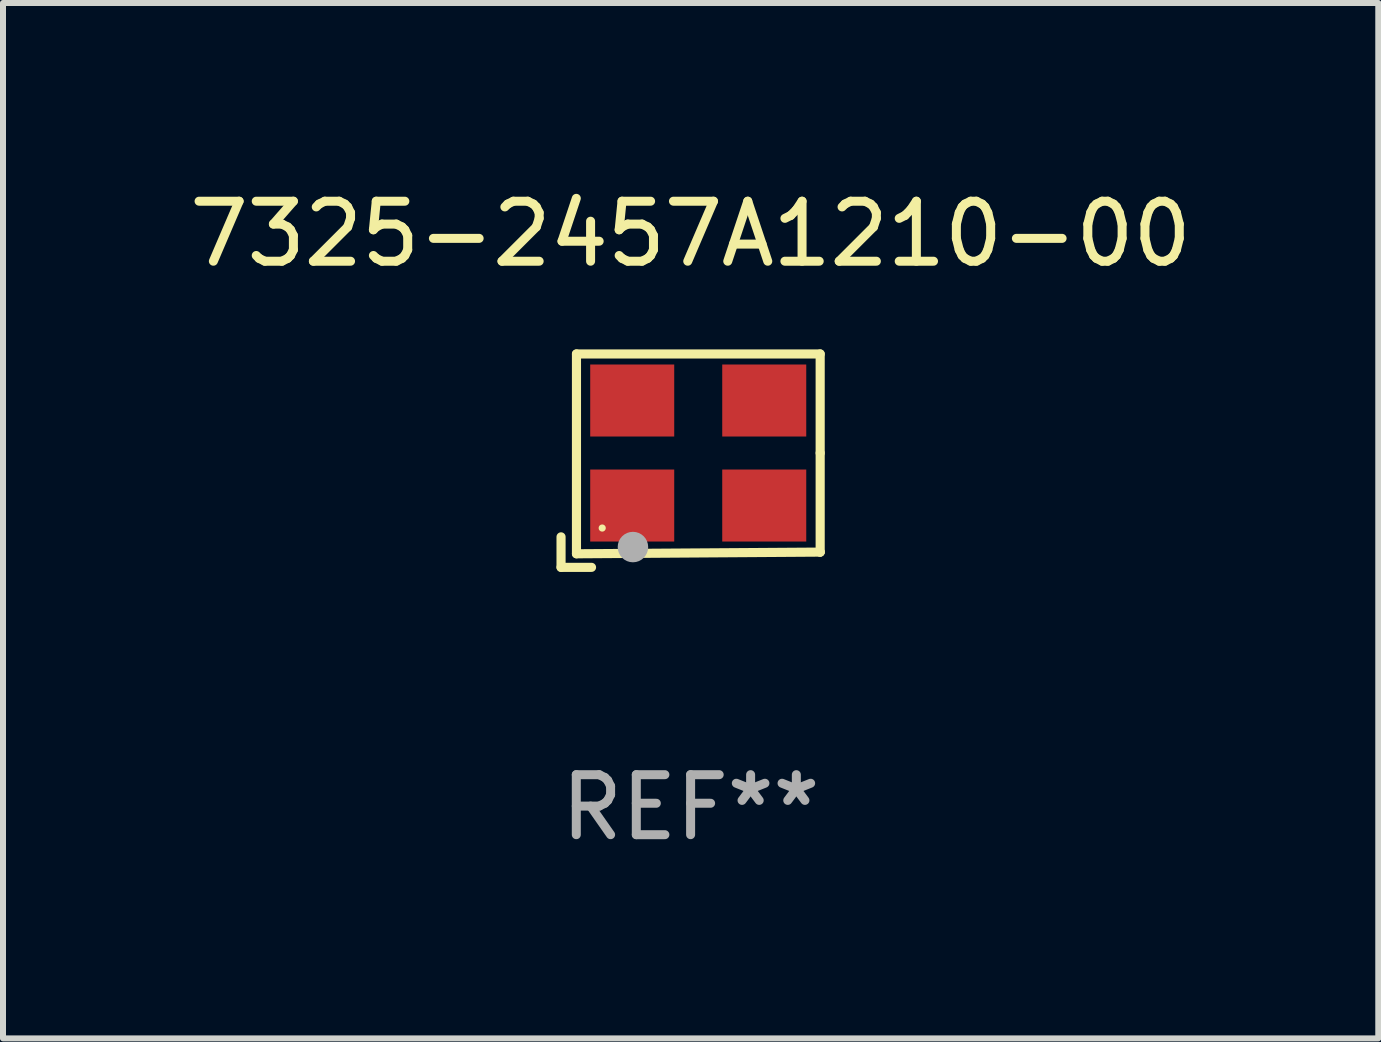
<source format=kicad_pcb>
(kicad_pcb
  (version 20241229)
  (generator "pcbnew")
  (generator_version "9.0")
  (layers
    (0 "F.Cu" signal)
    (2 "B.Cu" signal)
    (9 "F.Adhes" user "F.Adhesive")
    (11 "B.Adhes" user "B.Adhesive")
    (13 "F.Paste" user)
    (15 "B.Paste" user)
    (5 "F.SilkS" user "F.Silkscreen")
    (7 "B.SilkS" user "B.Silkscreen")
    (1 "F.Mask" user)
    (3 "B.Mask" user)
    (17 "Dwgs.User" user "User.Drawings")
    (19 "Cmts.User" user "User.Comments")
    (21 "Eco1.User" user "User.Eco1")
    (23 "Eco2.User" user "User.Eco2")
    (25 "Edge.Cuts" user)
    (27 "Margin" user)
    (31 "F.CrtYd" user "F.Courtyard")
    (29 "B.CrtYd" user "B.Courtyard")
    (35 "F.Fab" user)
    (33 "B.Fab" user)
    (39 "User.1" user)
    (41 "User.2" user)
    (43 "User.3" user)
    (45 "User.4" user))
  (footprint "7325-2457A1210-00"
    (layer "F.Cu")
    (at 8.458 4.626)
    (property "Reference" "7325-2457A1210-00" (at 0 -3.778 0) (layer "F.SilkS") (effects (font (size 1 1) (thickness 0.15))))
    (attr through_hole)
    (fp_line (start -2.159 1.27) (end -2.159 1.778) (stroke (width 0.152) (type solid)) (layer "F.SilkS"))
    (fp_line (start -2.159 1.778) (end -1.651 1.778) (stroke (width 0.152) (type solid)) (layer "F.SilkS"))
    (fp_line (start -1.902 -1.778) (end 2.159 -1.778) (stroke (width 0.152) (type solid)) (layer "F.SilkS"))
    (fp_line (start -1.902 1.552) (end -1.902 -1.778) (stroke (width 0.152) (type solid)) (layer "F.SilkS"))
    (fp_line (start 2.159 -1.778) (end 2.159 -0.127) (stroke (width 0.152) (type solid)) (layer "F.SilkS"))
    (fp_line (start 2.159 -0.127) (end 2.159 1.524) (stroke (width 0.152) (type solid)) (layer "F.SilkS"))
    (fp_line (start 2.159 1.524) (end -1.902 1.552) (stroke (width 0.152) (type solid)) (layer "F.SilkS"))
    (fp_line (start 2.159 1.524) (end 2.159 1.524) (stroke (width 0.152) (type solid)) (layer "F.SilkS"))
    (fp_circle (center -1.473 1.123) (end -1.443 1.123) (stroke (width 0.06) (type solid)) (fill no) (layer "F.SilkS"))
    (fp_circle (center -0.961 1.44) (end -0.834 1.44) (stroke (width 0.254) (type solid)) (fill no) (layer "F.Fab"))
    (fp_text user "REF**" (at 0 5.778 0) (layer "F.Fab") (effects (font (size 1 1) (thickness 0.15))))
    (pad "1" smd rect (at -0.973 0.748) (size 1.4 1.2) (layers "F.Cu" "F.Mask" "F.Paste"))
    (pad "2" smd rect (at 1.227 0.748) (size 1.4 1.2) (layers "F.Cu" "F.Mask" "F.Paste"))
    (pad "3" smd rect (at 1.227 -1.002) (size 1.4 1.2) (layers "F.Cu" "F.Mask" "F.Paste"))
    (pad "4" smd rect (at -0.973 -1.002) (size 1.4 1.2) (layers "F.Cu" "F.Mask" "F.Paste")))
  (gr_rect
    (start -3 -3)
    (end 19.917 14.253)
    (stroke (width 0.1) (type default))
    (fill no)
    (layer "Edge.Cuts")))
</source>
